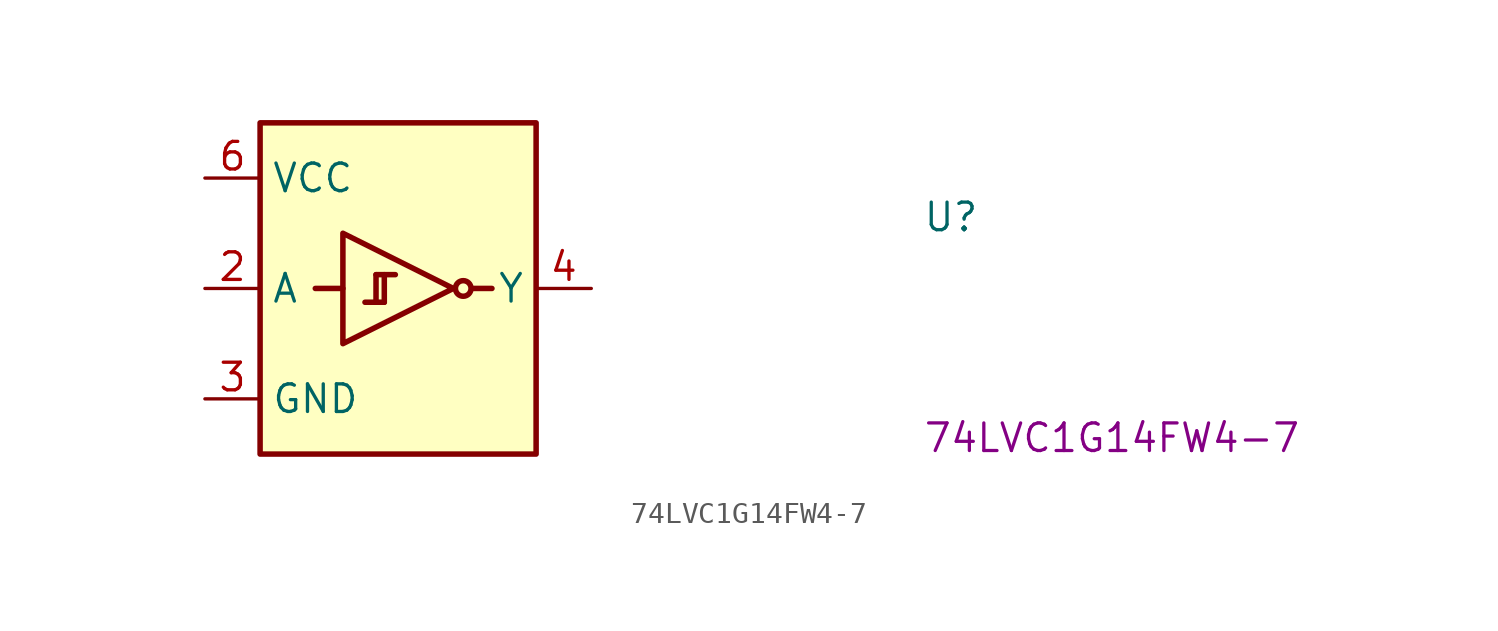
<source format=kicad_sym>
(kicad_symbol_lib
  (version 20220914)
  (generator kicad_symbol_editor)
  (symbol "74LVC1G14FW4-7"
    (property "Reference" "U"
      (at 33.02 -2.54 0)
      (effects (font (size 1.27 1.27) (thickness 0.15)) (justify left bottom)))
    (property "MPN" "74LVC1G14FW4-7"
      (at 33.02 -12.7 0)
      (effects (font (size 1.27 1.27) (thickness 0.15)) (justify left bottom)))
    (symbol "74LVC1G14FW4-7_0_0"
      (pin power_in line (at 0 0 0) (length 2.54) (name "VCC" (effects (font (size 1.27 1.27)))) (number "6" (effects (font (size 1.27 1.27))))))
    (symbol "74LVC1G14FW4-7_0_1"
      (polyline (pts (xy 12.319 -5.08) (xy 13.208 -5.08)) (stroke (width 0.254) (type default)) (fill (type none)))
      (circle (center 11.887 -5.08) (radius 0.359) (stroke (width 0.254) (type default)) (fill (type none))))
    (symbol "74LVC1G14FW4-7_1_1"
      (polyline (pts (xy 6.35 -5.08) (xy 5.08 -5.08)) (stroke (width 0.254) (type default)) (fill (type background)))
      (polyline (pts (xy 7.874 -4.445) (xy 7.874 -5.715)) (stroke (width 0.254) (type default)) (fill (type background)))
      (polyline (pts (xy 8.255 -5.715) (xy 7.366 -5.715)) (stroke (width 0.254) (type default)) (fill (type background)))
      (polyline (pts (xy 8.255 -4.445) (xy 8.255 -5.715)) (stroke (width 0.254) (type default)) (fill (type background)))
      (polyline (pts (xy 8.763 -4.445) (xy 7.874 -4.445)) (stroke (width 0.254) (type default)) (fill (type background)))
      (polyline (pts (xy 6.35 -2.54) (xy 11.43 -5.08) (xy 6.35 -7.62) (xy 6.35 -2.54)) (stroke (width 0.254) (type default)) (fill (type background)))
      (rectangle (start 2.54 2.54) (end 15.24 -12.7) (stroke (width 0.254) (type default)) (fill (type background)))
      (pin no_connect line (at 15.24 -10.16 180) (length 2.54) hide (name "NC" (effects (font (size 1.27 1.27)))) (number "1" (effects (font (size 1.27 1.27)))))
      (pin input line (at 0 -5.08 0) (length 2.54) (name "A" (effects (font (size 1.27 1.27)))) (number "2" (effects (font (size 1.27 1.27)))))
      (pin power_in line (at 0 -10.16 0) (length 2.54) (name "GND" (effects (font (size 1.27 1.27)))) (number "3" (effects (font (size 1.27 1.27)))))
      (pin output line (at 17.78 -5.08 180) (length 2.54) (name "Y" (effects (font (size 1.27 1.27)))) (number "4" (effects (font (size 1.27 1.27)))))
      (pin no_connect line (at 15.24 -10.16 180) (length 2.54) hide (name "NC" (effects (font (size 1.27 1.27)))) (number "5" (effects (font (size 1.27 1.27))))))))
</source>
